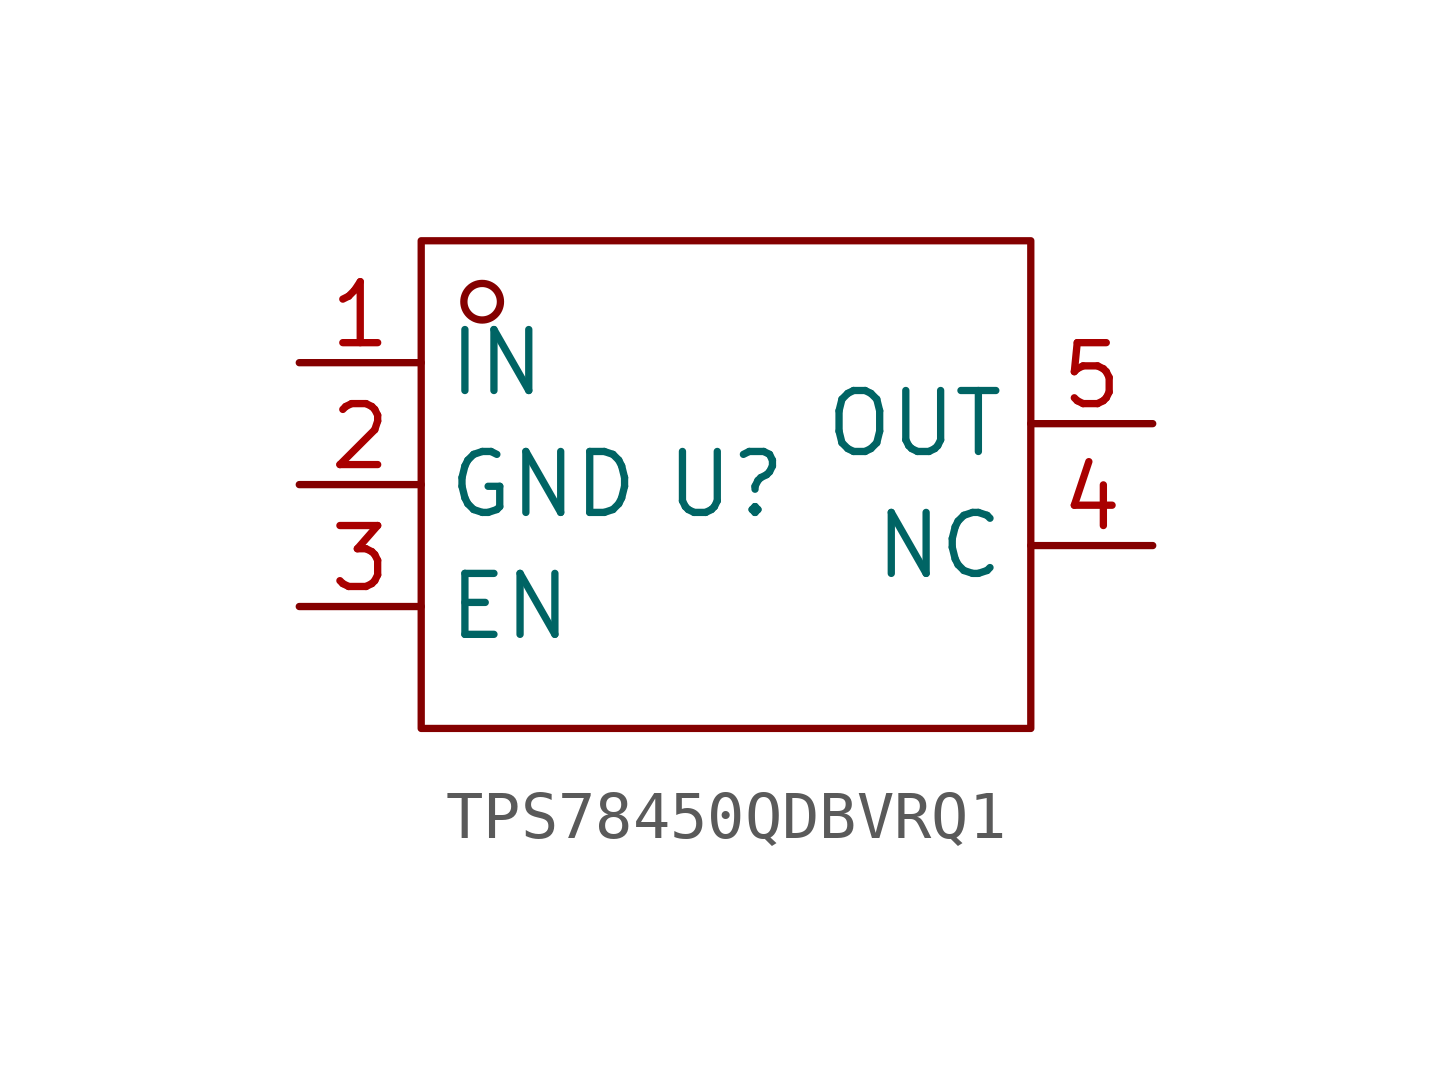
<source format=kicad_sym>
(kicad_symbol_lib
  (version 20241209)
  (generator "kicad_symbol_editor")
  (generator_version "9.0")
  (symbol "TPS78450QDBVRQ1"
    (property "Reference" "U"
      (at 0 0 0)
      (effects (font (size 1.27 1.27))))
    (property "Value" ""
      (at 0 0 0)
      (effects (font (size 1.27 1.27))))
    (symbol "TPS78450QDBVRQ1_1_0"
      (rectangle (start -6.35 -5.08) (end 6.35 5.08) (stroke (width 0) (type default)) (fill (type none)))
      (circle (center -5.08 3.81) (radius 0.381) (stroke (width 0) (type default)) (fill (type none)))
      (pin unspecified line (at -8.89 2.54 0) (length 2.54) (name "IN" (effects (font (size 1.27 1.27)))) (number "1" (effects (font (size 1.27 1.27)))))
      (pin unspecified line (at -8.89 0 0) (length 2.54) (name "GND" (effects (font (size 1.27 1.27)))) (number "2" (effects (font (size 1.27 1.27)))))
      (pin unspecified line (at -8.89 -2.54 0) (length 2.54) (name "EN" (effects (font (size 1.27 1.27)))) (number "3" (effects (font (size 1.27 1.27)))))
      (pin unspecified line (at 8.89 1.27 180) (length 2.54) (name "OUT" (effects (font (size 1.27 1.27)))) (number "5" (effects (font (size 1.27 1.27)))))
      (pin unspecified line (at 8.89 -1.27 180) (length 2.54) (name "NC" (effects (font (size 1.27 1.27)))) (number "4" (effects (font (size 1.27 1.27))))))))
</source>
